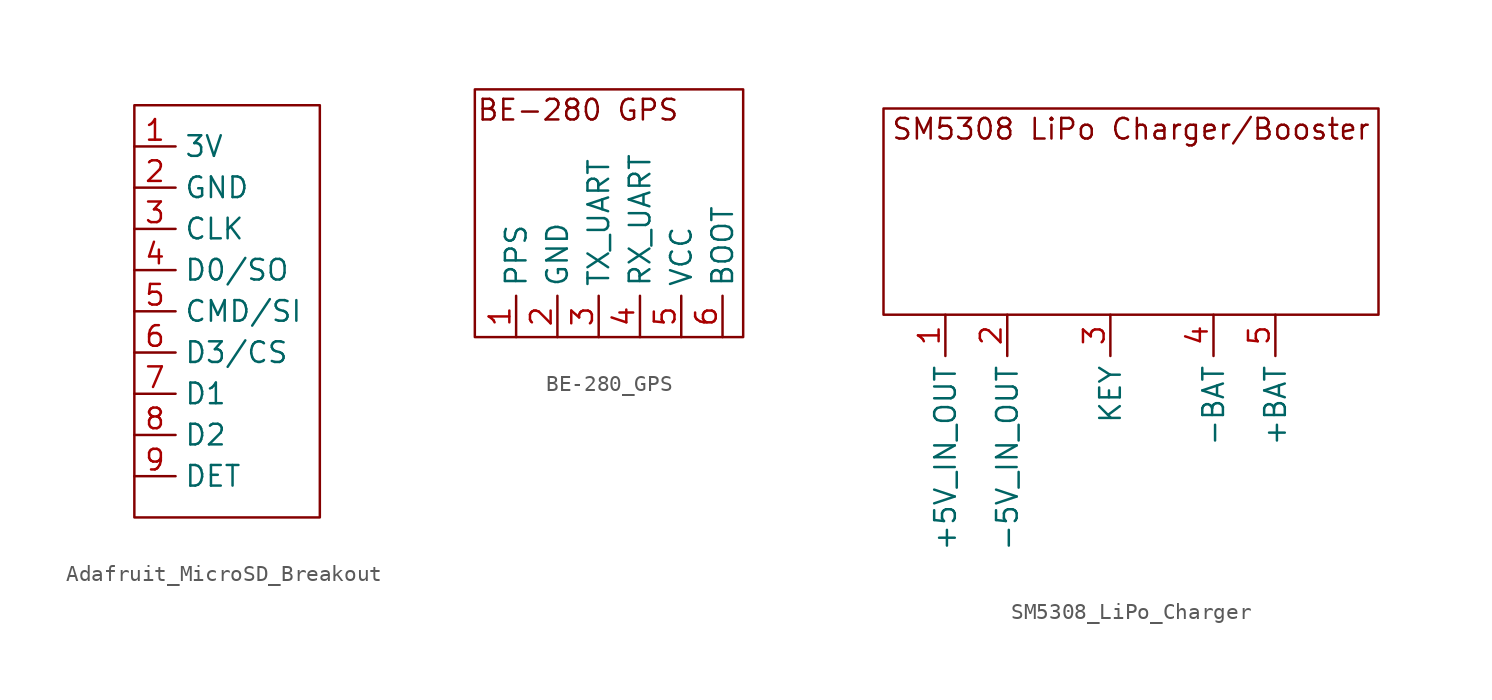
<source format=kicad_sym>
(kicad_symbol_lib
  (version 20241209)
  (generator "kicad_symbol_editor")
  (generator_version "9.0")
  (symbol "Adafruit_MicroSD_Breakout"
    (property "Reference" "U"
      (at 0 0 0)
      (effects (font (size 1.27 1.27)) (hide yes)))
    (property "Value" ""
      (at 0 0 0)
      (effects (font (size 1.27 1.27))))
    (symbol "Adafruit_MicroSD_Breakout_0_1"
      (rectangle (start -5.08 6.35) (end 6.35 -19.05) (stroke (width 0) (type default)) (fill (type none))))
    (symbol "Adafruit_MicroSD_Breakout_1_1"
      (pin power_in line (at -5.08 3.81 0) (length 2.54) (name "3V" (effects (font (size 1.27 1.27)))) (number "1" (effects (font (size 1.27 1.27)))))
      (pin power_out line (at -5.08 1.27 0) (length 2.54) (name "GND" (effects (font (size 1.27 1.27)))) (number "2" (effects (font (size 1.27 1.27)))))
      (pin input line (at -5.08 -1.27 0) (length 2.54) (name "CLK" (effects (font (size 1.27 1.27)))) (number "3" (effects (font (size 1.27 1.27)))))
      (pin input line (at -5.08 -3.81 0) (length 2.54) (name "D0/SO" (effects (font (size 1.27 1.27)))) (number "4" (effects (font (size 1.27 1.27)))))
      (pin input line (at -5.08 -6.35 0) (length 2.54) (name "CMD/SI" (effects (font (size 1.27 1.27)))) (number "5" (effects (font (size 1.27 1.27)))))
      (pin input line (at -5.08 -8.89 0) (length 2.54) (name "D3/CS" (effects (font (size 1.27 1.27)))) (number "6" (effects (font (size 1.27 1.27)))))
      (pin input line (at -5.08 -11.43 0) (length 2.54) (name "D1" (effects (font (size 1.27 1.27)))) (number "7" (effects (font (size 1.27 1.27)))))
      (pin input line (at -5.08 -13.97 0) (length 2.54) (name "D2" (effects (font (size 1.27 1.27)))) (number "8" (effects (font (size 1.27 1.27)))))
      (pin input line (at -5.08 -16.51 0) (length 2.54) (name "DET" (effects (font (size 1.27 1.27)))) (number "9" (effects (font (size 1.27 1.27)))))))
  (symbol "BE-280_GPS"
    (property "Reference" "U"
      (at 0 0 0)
      (effects (font (size 1.27 1.27)) (hide yes)))
    (property "Value" ""
      (at 0 0 0)
      (effects (font (size 1.27 1.27))))
    (symbol "BE-280_GPS_0_1"
      (rectangle (start -7.62 7.62) (end 8.89 -7.62) (stroke (width 0) (type default)) (fill (type none))))
    (symbol "BE-280_GPS_1_1"
      (text "BE-280 GPS" (at -1.27 6.35 0) (effects (font (size 1.27 1.27))))
      (pin output line (at -5.08 -7.62 90) (length 2.54) (name "PPS" (effects (font (size 1.27 1.27)))) (number "1" (effects (font (size 1.27 1.27)))))
      (pin power_out line (at -2.54 -7.62 90) (length 2.54) (name "GND" (effects (font (size 1.27 1.27)))) (number "2" (effects (font (size 1.27 1.27)))))
      (pin output line (at 0 -7.62 90) (length 2.54) (name "TX_UART" (effects (font (size 1.27 1.27)))) (number "3" (effects (font (size 1.27 1.27)))))
      (pin input line (at 2.54 -7.62 90) (length 2.54) (name "RX_UART" (effects (font (size 1.27 1.27)))) (number "4" (effects (font (size 1.27 1.27)))))
      (pin power_in line (at 5.08 -7.62 90) (length 2.54) (name "VCC" (effects (font (size 1.27 1.27)))) (number "5" (effects (font (size 1.27 1.27)))))
      (pin input line (at 7.62 -7.62 90) (length 2.54) (name "BOOT" (effects (font (size 1.27 1.27)))) (number "6" (effects (font (size 1.27 1.27)))))))
  (symbol "SM5308_LiPo_Charger"
    (property "Reference" "U"
      (at 6.35 3.81 0)
      (effects (font (size 1.27 1.27)) (hide yes)))
    (property "Value" ""
      (at 0 0 0)
      (effects (font (size 1.27 1.27))))
    (symbol "SM5308_LiPo_Charger_0_1"
      (rectangle (start -15.24 7.62) (end 15.24 -5.08) (stroke (width 0) (type default)) (fill (type none))))
    (symbol "SM5308_LiPo_Charger_1_1"
      (text "SM5308 LiPo Charger/Booster" (at 0 6.35 0) (effects (font (size 1.27 1.27))))
      (pin power_out line (at -11.43 -5.08 270) (length 2.54) (name "+5V_IN_OUT" (effects (font (size 1.27 1.27)))) (number "1" (effects (font (size 1.27 1.27)))))
      (pin power_out line (at -7.62 -5.08 270) (length 2.54) (name "-5V_IN_OUT" (effects (font (size 1.27 1.27)))) (number "2" (effects (font (size 1.27 1.27)))))
      (pin input line (at -1.27 -5.08 270) (length 2.54) (name "KEY" (effects (font (size 1.27 1.27)))) (number "3" (effects (font (size 1.27 1.27)))))
      (pin power_in line (at 5.08 -5.08 270) (length 2.54) (name "-BAT" (effects (font (size 1.27 1.27)))) (number "4" (effects (font (size 1.27 1.27)))))
      (pin power_in line (at 8.89 -5.08 270) (length 2.54) (name "+BAT" (effects (font (size 1.27 1.27)))) (number "5" (effects (font (size 1.27 1.27))))))))
</source>
